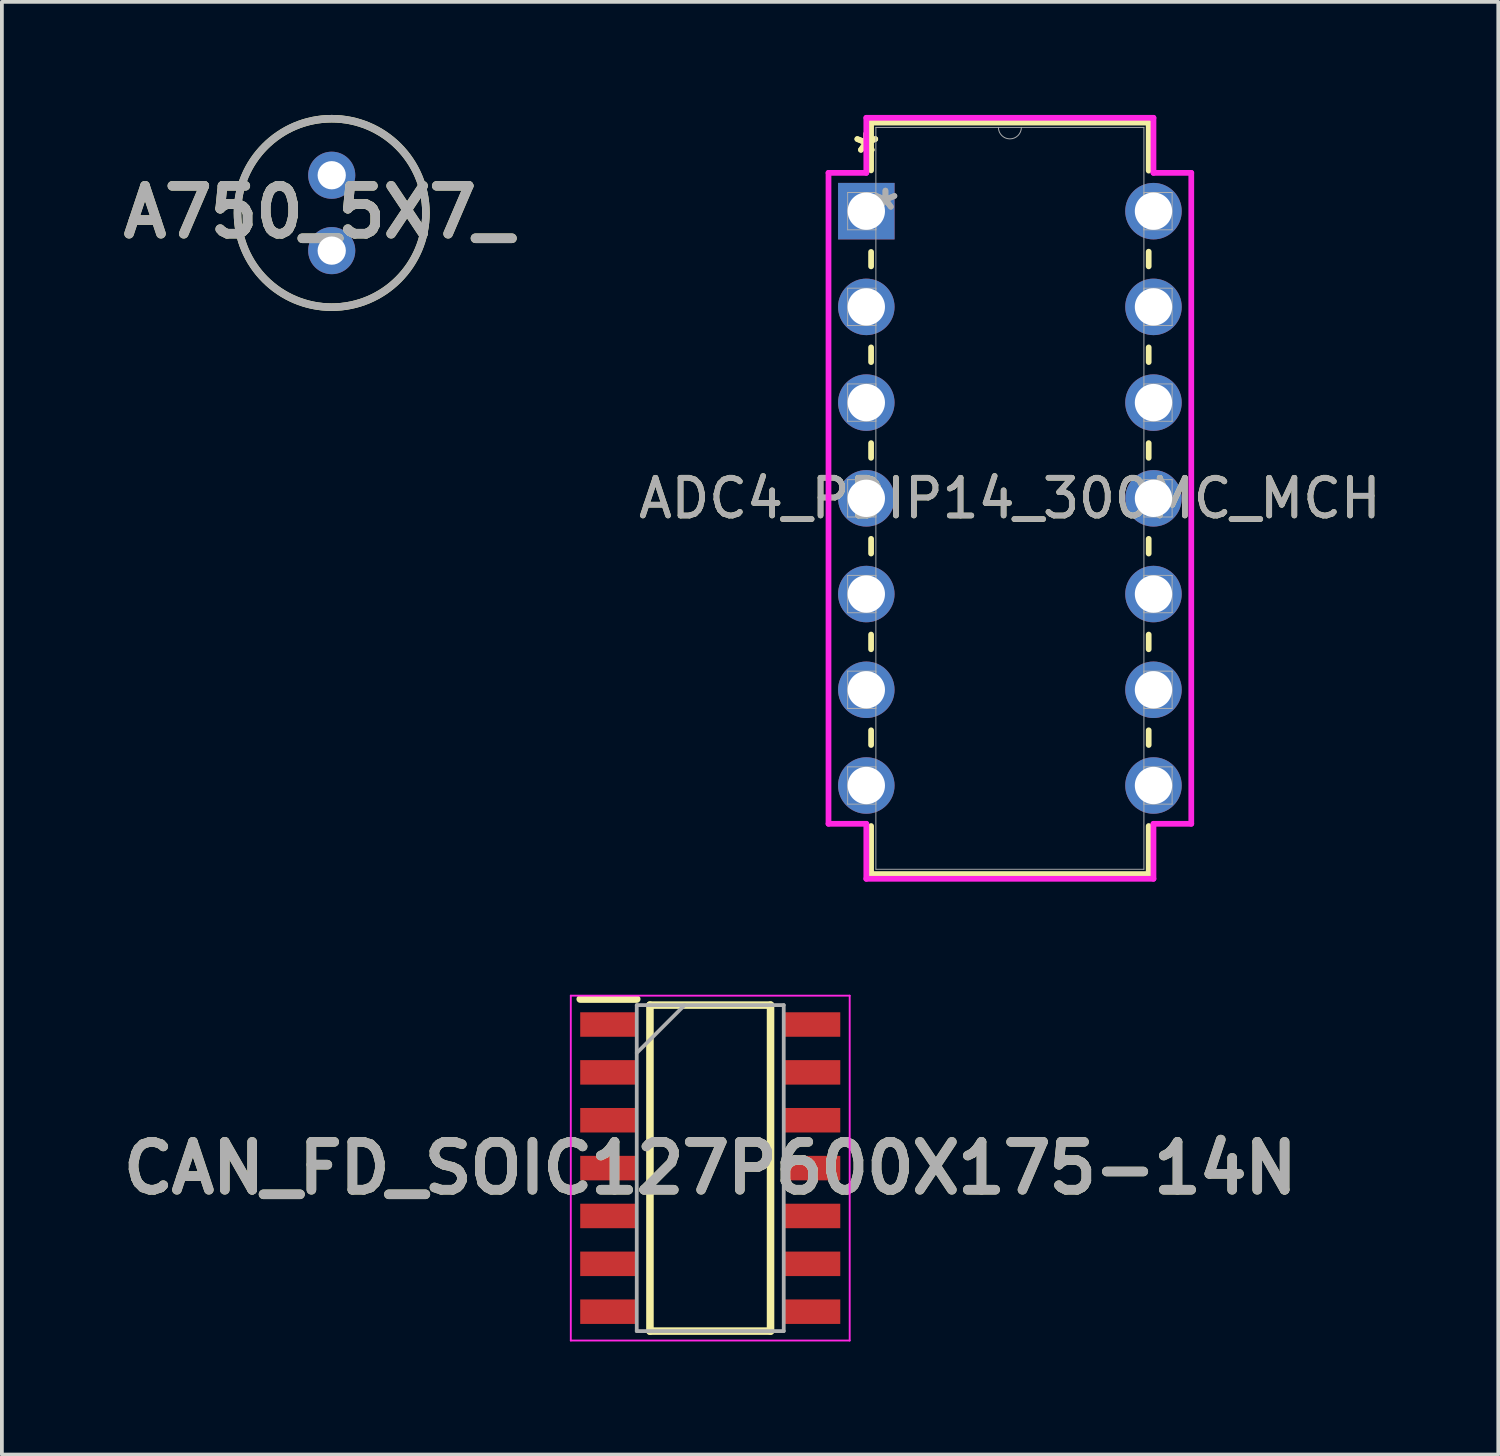
<source format=kicad_pcb>
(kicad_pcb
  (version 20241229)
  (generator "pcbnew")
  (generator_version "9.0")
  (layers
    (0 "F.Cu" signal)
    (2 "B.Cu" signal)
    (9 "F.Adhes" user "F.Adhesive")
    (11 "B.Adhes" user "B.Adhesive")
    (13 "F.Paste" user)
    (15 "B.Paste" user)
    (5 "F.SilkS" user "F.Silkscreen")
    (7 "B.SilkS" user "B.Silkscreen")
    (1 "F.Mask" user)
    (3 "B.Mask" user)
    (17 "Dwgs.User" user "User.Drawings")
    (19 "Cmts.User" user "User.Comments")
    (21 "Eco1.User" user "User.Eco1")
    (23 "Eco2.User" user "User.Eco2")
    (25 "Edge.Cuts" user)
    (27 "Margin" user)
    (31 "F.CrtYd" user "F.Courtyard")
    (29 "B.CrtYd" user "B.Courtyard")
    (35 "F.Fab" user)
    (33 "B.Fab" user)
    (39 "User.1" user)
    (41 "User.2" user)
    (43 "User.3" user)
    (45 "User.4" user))
  (footprint "ADC4_PDIP14_300MC_MCH"
    (layer "F.Cu")
    (at 19.937 2.553)
    (property "Reference" "ADC4_PDIP14_300MC_MCH" (at 3.81 7.62 0) (unlocked yes) (layer "F.SilkS") (effects (font (size 1 1) (thickness 0.15))))
    (attr through_hole)
    (fp_line (start 0.127 -2.349) (end 0.127 -1.082) (stroke (width 0.152) (type solid)) (layer "F.SilkS"))
    (fp_line (start 0.127 1.082) (end 0.127 1.465) (stroke (width 0.152) (type solid)) (layer "F.SilkS"))
    (fp_line (start 0.127 3.615) (end 0.127 4.005) (stroke (width 0.152) (type solid)) (layer "F.SilkS"))
    (fp_line (start 0.127 6.155) (end 0.127 6.545) (stroke (width 0.152) (type solid)) (layer "F.SilkS"))
    (fp_line (start 0.127 8.695) (end 0.127 9.085) (stroke (width 0.152) (type solid)) (layer "F.SilkS"))
    (fp_line (start 0.127 11.235) (end 0.127 11.625) (stroke (width 0.152) (type solid)) (layer "F.SilkS"))
    (fp_line (start 0.127 13.775) (end 0.127 14.165) (stroke (width 0.152) (type solid)) (layer "F.SilkS"))
    (fp_line (start 0.127 16.315) (end 0.127 17.59) (stroke (width 0.152) (type solid)) (layer "F.SilkS"))
    (fp_line (start 0.127 17.59) (end 7.493 17.59) (stroke (width 0.152) (type solid)) (layer "F.SilkS"))
    (fp_line (start 7.493 -2.349) (end 0.127 -2.349) (stroke (width 0.152) (type solid)) (layer "F.SilkS"))
    (fp_line (start 7.493 -1.075) (end 7.493 -2.349) (stroke (width 0.152) (type solid)) (layer "F.SilkS"))
    (fp_line (start 7.493 1.465) (end 7.493 1.075) (stroke (width 0.152) (type solid)) (layer "F.SilkS"))
    (fp_line (start 7.493 4.005) (end 7.493 3.615) (stroke (width 0.152) (type solid)) (layer "F.SilkS"))
    (fp_line (start 7.493 6.545) (end 7.493 6.155) (stroke (width 0.152) (type solid)) (layer "F.SilkS"))
    (fp_line (start 7.493 9.085) (end 7.493 8.695) (stroke (width 0.152) (type solid)) (layer "F.SilkS"))
    (fp_line (start 7.493 11.625) (end 7.493 11.235) (stroke (width 0.152) (type solid)) (layer "F.SilkS"))
    (fp_line (start 7.493 14.165) (end 7.493 13.775) (stroke (width 0.152) (type solid)) (layer "F.SilkS"))
    (fp_line (start 7.493 17.59) (end 7.493 16.315) (stroke (width 0.152) (type solid)) (layer "F.SilkS"))
    (fp_line (start -1.003 -1.016) (end 0 -1.016) (stroke (width 0.152) (type solid)) (layer "F.CrtYd"))
    (fp_line (start -1.003 16.256) (end -1.003 -1.016) (stroke (width 0.152) (type solid)) (layer "F.CrtYd"))
    (fp_line (start 0 -2.477) (end 7.62 -2.477) (stroke (width 0.152) (type solid)) (layer "F.CrtYd"))
    (fp_line (start 0 -1.016) (end 0 -2.477) (stroke (width 0.152) (type solid)) (layer "F.CrtYd"))
    (fp_line (start 0 16.256) (end -1.003 16.256) (stroke (width 0.152) (type solid)) (layer "F.CrtYd"))
    (fp_line (start 0 17.716) (end 0 16.256) (stroke (width 0.152) (type solid)) (layer "F.CrtYd"))
    (fp_line (start 7.62 -2.477) (end 7.62 -1.016) (stroke (width 0.152) (type solid)) (layer "F.CrtYd"))
    (fp_line (start 7.62 16.256) (end 7.62 17.716) (stroke (width 0.152) (type solid)) (layer "F.CrtYd"))
    (fp_line (start 7.62 17.716) (end 0 17.716) (stroke (width 0.152) (type solid)) (layer "F.CrtYd"))
    (fp_line (start 8.623 -1.016) (end 7.62 -1.016) (stroke (width 0.152) (type solid)) (layer "F.CrtYd"))
    (fp_line (start 8.623 -1.016) (end 8.623 16.256) (stroke (width 0.152) (type solid)) (layer "F.CrtYd"))
    (fp_line (start 8.623 16.256) (end 7.62 16.256) (stroke (width 0.152) (type solid)) (layer "F.CrtYd"))
    (fp_line (start -0.495 -0.495) (end -0.495 0.495) (stroke (width 0.025) (type solid)) (layer "F.Fab"))
    (fp_line (start -0.495 0.495) (end 0.254 0.495) (stroke (width 0.025) (type solid)) (layer "F.Fab"))
    (fp_line (start -0.495 2.045) (end -0.495 3.035) (stroke (width 0.025) (type solid)) (layer "F.Fab"))
    (fp_line (start -0.495 3.035) (end 0.254 3.035) (stroke (width 0.025) (type solid)) (layer "F.Fab"))
    (fp_line (start -0.495 4.585) (end -0.495 5.575) (stroke (width 0.025) (type solid)) (layer "F.Fab"))
    (fp_line (start -0.495 5.575) (end 0.254 5.575) (stroke (width 0.025) (type solid)) (layer "F.Fab"))
    (fp_line (start -0.495 7.125) (end -0.495 8.115) (stroke (width 0.025) (type solid)) (layer "F.Fab"))
    (fp_line (start -0.495 8.115) (end 0.254 8.115) (stroke (width 0.025) (type solid)) (layer "F.Fab"))
    (fp_line (start -0.495 9.665) (end -0.495 10.655) (stroke (width 0.025) (type solid)) (layer "F.Fab"))
    (fp_line (start -0.495 10.655) (end 0.254 10.655) (stroke (width 0.025) (type solid)) (layer "F.Fab"))
    (fp_line (start -0.495 12.205) (end -0.495 13.195) (stroke (width 0.025) (type solid)) (layer "F.Fab"))
    (fp_line (start -0.495 13.195) (end 0.254 13.195) (stroke (width 0.025) (type solid)) (layer "F.Fab"))
    (fp_line (start -0.495 14.745) (end -0.495 15.735) (stroke (width 0.025) (type solid)) (layer "F.Fab"))
    (fp_line (start -0.495 15.735) (end 0.254 15.735) (stroke (width 0.025) (type solid)) (layer "F.Fab"))
    (fp_line (start 0.254 -2.223) (end 0.254 17.462) (stroke (width 0.025) (type solid)) (layer "F.Fab"))
    (fp_line (start 0.254 -0.495) (end -0.495 -0.495) (stroke (width 0.025) (type solid)) (layer "F.Fab"))
    (fp_line (start 0.254 0.495) (end 0.254 -0.495) (stroke (width 0.025) (type solid)) (layer "F.Fab"))
    (fp_line (start 0.254 2.045) (end -0.495 2.045) (stroke (width 0.025) (type solid)) (layer "F.Fab"))
    (fp_line (start 0.254 3.035) (end 0.254 2.045) (stroke (width 0.025) (type solid)) (layer "F.Fab"))
    (fp_line (start 0.254 4.585) (end -0.495 4.585) (stroke (width 0.025) (type solid)) (layer "F.Fab"))
    (fp_line (start 0.254 5.575) (end 0.254 4.585) (stroke (width 0.025) (type solid)) (layer "F.Fab"))
    (fp_line (start 0.254 7.125) (end -0.495 7.125) (stroke (width 0.025) (type solid)) (layer "F.Fab"))
    (fp_line (start 0.254 8.115) (end 0.254 7.125) (stroke (width 0.025) (type solid)) (layer "F.Fab"))
    (fp_line (start 0.254 9.665) (end -0.495 9.665) (stroke (width 0.025) (type solid)) (layer "F.Fab"))
    (fp_line (start 0.254 10.655) (end 0.254 9.665) (stroke (width 0.025) (type solid)) (layer "F.Fab"))
    (fp_line (start 0.254 12.205) (end -0.495 12.205) (stroke (width 0.025) (type solid)) (layer "F.Fab"))
    (fp_line (start 0.254 13.195) (end 0.254 12.205) (stroke (width 0.025) (type solid)) (layer "F.Fab"))
    (fp_line (start 0.254 14.745) (end -0.495 14.745) (stroke (width 0.025) (type solid)) (layer "F.Fab"))
    (fp_line (start 0.254 15.735) (end 0.254 14.745) (stroke (width 0.025) (type solid)) (layer "F.Fab"))
    (fp_line (start 0.254 17.462) (end 7.366 17.462) (stroke (width 0.025) (type solid)) (layer "F.Fab"))
    (fp_line (start 7.366 -2.223) (end 0.254 -2.223) (stroke (width 0.025) (type solid)) (layer "F.Fab"))
    (fp_line (start 7.366 -0.495) (end 7.366 0.495) (stroke (width 0.025) (type solid)) (layer "F.Fab"))
    (fp_line (start 7.366 0.495) (end 8.115 0.495) (stroke (width 0.025) (type solid)) (layer "F.Fab"))
    (fp_line (start 7.366 2.045) (end 7.366 3.035) (stroke (width 0.025) (type solid)) (layer "F.Fab"))
    (fp_line (start 7.366 3.035) (end 8.115 3.035) (stroke (width 0.025) (type solid)) (layer "F.Fab"))
    (fp_line (start 7.366 4.585) (end 7.366 5.575) (stroke (width 0.025) (type solid)) (layer "F.Fab"))
    (fp_line (start 7.366 5.575) (end 8.115 5.575) (stroke (width 0.025) (type solid)) (layer "F.Fab"))
    (fp_line (start 7.366 7.125) (end 7.366 8.115) (stroke (width 0.025) (type solid)) (layer "F.Fab"))
    (fp_line (start 7.366 8.115) (end 8.115 8.115) (stroke (width 0.025) (type solid)) (layer "F.Fab"))
    (fp_line (start 7.366 9.665) (end 7.366 10.655) (stroke (width 0.025) (type solid)) (layer "F.Fab"))
    (fp_line (start 7.366 10.655) (end 8.115 10.655) (stroke (width 0.025) (type solid)) (layer "F.Fab"))
    (fp_line (start 7.366 12.205) (end 7.366 13.195) (stroke (width 0.025) (type solid)) (layer "F.Fab"))
    (fp_line (start 7.366 13.195) (end 8.115 13.195) (stroke (width 0.025) (type solid)) (layer "F.Fab"))
    (fp_line (start 7.366 14.745) (end 7.366 15.735) (stroke (width 0.025) (type solid)) (layer "F.Fab"))
    (fp_line (start 7.366 15.735) (end 8.115 15.735) (stroke (width 0.025) (type solid)) (layer "F.Fab"))
    (fp_line (start 7.366 17.462) (end 7.366 -2.223) (stroke (width 0.025) (type solid)) (layer "F.Fab"))
    (fp_line (start 8.115 -0.495) (end 7.366 -0.495) (stroke (width 0.025) (type solid)) (layer "F.Fab"))
    (fp_line (start 8.115 0.495) (end 8.115 -0.495) (stroke (width 0.025) (type solid)) (layer "F.Fab"))
    (fp_line (start 8.115 2.045) (end 7.366 2.045) (stroke (width 0.025) (type solid)) (layer "F.Fab"))
    (fp_line (start 8.115 3.035) (end 8.115 2.045) (stroke (width 0.025) (type solid)) (layer "F.Fab"))
    (fp_line (start 8.115 4.585) (end 7.366 4.585) (stroke (width 0.025) (type solid)) (layer "F.Fab"))
    (fp_line (start 8.115 5.575) (end 8.115 4.585) (stroke (width 0.025) (type solid)) (layer "F.Fab"))
    (fp_line (start 8.115 7.125) (end 7.366 7.125) (stroke (width 0.025) (type solid)) (layer "F.Fab"))
    (fp_line (start 8.115 8.115) (end 8.115 7.125) (stroke (width 0.025) (type solid)) (layer "F.Fab"))
    (fp_line (start 8.115 9.665) (end 7.366 9.665) (stroke (width 0.025) (type solid)) (layer "F.Fab"))
    (fp_line (start 8.115 10.655) (end 8.115 9.665) (stroke (width 0.025) (type solid)) (layer "F.Fab"))
    (fp_line (start 8.115 12.205) (end 7.366 12.205) (stroke (width 0.025) (type solid)) (layer "F.Fab"))
    (fp_line (start 8.115 13.195) (end 8.115 12.205) (stroke (width 0.025) (type solid)) (layer "F.Fab"))
    (fp_line (start 8.115 14.745) (end 7.366 14.745) (stroke (width 0.025) (type solid)) (layer "F.Fab"))
    (fp_line (start 8.115 15.735) (end 8.115 14.745) (stroke (width 0.025) (type solid)) (layer "F.Fab"))
    (fp_arc (start 4.1148 -2.2225) (mid 3.81 -1.9177) (end 3.5052 -2.2225) (stroke (width 0.0254) (type solid)) (layer "F.Fab"))
    (fp_text user "*" (at 0 -1.511 0) (unlocked yes) (layer "F.SilkS") (effects (font (size 1 1) (thickness 0.15))))
    (fp_text user "*" (at 0 -1.511 0) (layer "F.SilkS") (effects (font (size 1 1) (thickness 0.15))))
    (fp_text user "${REFERENCE}" (at 3.81 7.62 0) (unlocked yes) (layer "F.Fab") (effects (font (size 1 1) (thickness 0.15))))
    (fp_text user "*" (at 0.508 0 0) (layer "F.Fab") (effects (font (size 1 1) (thickness 0.15))))
    (fp_text user "*" (at 0.508 0 0) (unlocked yes) (layer "F.Fab") (effects (font (size 1 1) (thickness 0.15))))
    (pad "1" thru_hole rect (at 0 0) (size 1.499 1.499) (drill 0.991) (layers "*.Cu" "*.Mask"))
    (pad "2" thru_hole circle (at 0 2.54) (size 1.499 1.499) (drill 0.991) (layers "*.Cu" "*.Mask"))
    (pad "3" thru_hole circle (at 0 5.08) (size 1.499 1.499) (drill 0.991) (layers "*.Cu" "*.Mask"))
    (pad "4" thru_hole circle (at 0 7.62) (size 1.499 1.499) (drill 0.991) (layers "*.Cu" "*.Mask"))
    (pad "5" thru_hole circle (at 0 10.16) (size 1.499 1.499) (drill 0.991) (layers "*.Cu" "*.Mask"))
    (pad "6" thru_hole circle (at 0 12.7) (size 1.499 1.499) (drill 0.991) (layers "*.Cu" "*.Mask"))
    (pad "7" thru_hole circle (at 0 15.24) (size 1.499 1.499) (drill 0.991) (layers "*.Cu" "*.Mask"))
    (pad "8" thru_hole circle (at 7.62 15.24) (size 1.499 1.499) (drill 0.991) (layers "*.Cu" "*.Mask"))
    (pad "9" thru_hole circle (at 7.62 12.7) (size 1.499 1.499) (drill 0.991) (layers "*.Cu" "*.Mask"))
    (pad "10" thru_hole circle (at 7.62 10.16) (size 1.499 1.499) (drill 0.991) (layers "*.Cu" "*.Mask"))
    (pad "11" thru_hole circle (at 7.62 7.62) (size 1.499 1.499) (drill 0.991) (layers "*.Cu" "*.Mask"))
    (pad "12" thru_hole circle (at 7.62 5.08) (size 1.499 1.499) (drill 0.991) (layers "*.Cu" "*.Mask"))
    (pad "13" thru_hole circle (at 7.62 2.54) (size 1.499 1.499) (drill 0.991) (layers "*.Cu" "*.Mask"))
    (pad "14" thru_hole circle (at 7.62 0) (size 1.499 1.499) (drill 0.991) (layers "*.Cu" "*.Mask")))
  (footprint "CAN_FD_SOIC127P600X175-14N"
    (layer "F.Cu")
    (at 15.796 27.945)
    (property "Reference" "CAN_FD_SOIC127P600X175-14N" (at 0 0 0) (layer "F.SilkS") (effects (font (size 1.27 1.27) (thickness 0.254))))
    (attr smd)
    (fp_line (start -3.45 -4.485) (end -1.95 -4.485) (stroke (width 0.2) (type solid)) (layer "F.SilkS"))
    (fp_line (start -1.6 -4.325) (end 1.6 -4.325) (stroke (width 0.2) (type solid)) (layer "F.SilkS"))
    (fp_line (start -1.6 4.325) (end -1.6 -4.325) (stroke (width 0.2) (type solid)) (layer "F.SilkS"))
    (fp_line (start 1.6 -4.325) (end 1.6 4.325) (stroke (width 0.2) (type solid)) (layer "F.SilkS"))
    (fp_line (start 1.6 4.325) (end -1.6 4.325) (stroke (width 0.2) (type solid)) (layer "F.SilkS"))
    (fp_line (start -3.7 -4.575) (end 3.7 -4.575) (stroke (width 0.05) (type solid)) (layer "F.CrtYd"))
    (fp_line (start -3.7 4.575) (end -3.7 -4.575) (stroke (width 0.05) (type solid)) (layer "F.CrtYd"))
    (fp_line (start 3.7 -4.575) (end 3.7 4.575) (stroke (width 0.05) (type solid)) (layer "F.CrtYd"))
    (fp_line (start 3.7 4.575) (end -3.7 4.575) (stroke (width 0.05) (type solid)) (layer "F.CrtYd"))
    (fp_line (start -1.95 -4.325) (end 1.95 -4.325) (stroke (width 0.1) (type solid)) (layer "F.Fab"))
    (fp_line (start -1.95 -3.055) (end -0.68 -4.325) (stroke (width 0.1) (type solid)) (layer "F.Fab"))
    (fp_line (start -1.95 4.325) (end -1.95 -4.325) (stroke (width 0.1) (type solid)) (layer "F.Fab"))
    (fp_line (start 1.95 -4.325) (end 1.95 4.325) (stroke (width 0.1) (type solid)) (layer "F.Fab"))
    (fp_line (start 1.95 4.325) (end -1.95 4.325) (stroke (width 0.1) (type solid)) (layer "F.Fab"))
    (fp_text user "${REFERENCE}" (at 0 0 0) (layer "F.Fab") (effects (font (size 1.27 1.27) (thickness 0.254))))
    (pad "1" smd rect (at -2.7 -3.81 90) (size 0.65 1.5) (layers "F.Cu" "F.Mask" "F.Paste"))
    (pad "2" smd rect (at -2.7 -2.54 90) (size 0.65 1.5) (layers "F.Cu" "F.Mask" "F.Paste"))
    (pad "3" smd rect (at -2.7 -1.27 90) (size 0.65 1.5) (layers "F.Cu" "F.Mask" "F.Paste"))
    (pad "4" smd rect (at -2.7 0 90) (size 0.65 1.5) (layers "F.Cu" "F.Mask" "F.Paste"))
    (pad "5" smd rect (at -2.7 1.27 90) (size 0.65 1.5) (layers "F.Cu" "F.Mask" "F.Paste"))
    (pad "6" smd rect (at -2.7 2.54 90) (size 0.65 1.5) (layers "F.Cu" "F.Mask" "F.Paste"))
    (pad "7" smd rect (at -2.7 3.81 90) (size 0.65 1.5) (layers "F.Cu" "F.Mask" "F.Paste"))
    (pad "8" smd rect (at 2.7 3.81 90) (size 0.65 1.5) (layers "F.Cu" "F.Mask" "F.Paste"))
    (pad "9" smd rect (at 2.7 2.54 90) (size 0.65 1.5) (layers "F.Cu" "F.Mask" "F.Paste"))
    (pad "10" smd rect (at 2.7 1.27 90) (size 0.65 1.5) (layers "F.Cu" "F.Mask" "F.Paste"))
    (pad "11" smd rect (at 2.7 0 90) (size 0.65 1.5) (layers "F.Cu" "F.Mask" "F.Paste"))
    (pad "12" smd rect (at 2.7 -1.27 90) (size 0.65 1.5) (layers "F.Cu" "F.Mask" "F.Paste"))
    (pad "13" smd rect (at 2.7 -2.54 90) (size 0.65 1.5) (layers "F.Cu" "F.Mask" "F.Paste"))
    (pad "14" smd rect (at 2.7 -3.81 90) (size 0.65 1.5) (layers "F.Cu" "F.Mask" "F.Paste")))
  (footprint "A750_5X7_"
    (layer "F.Cu")
    (at 5.752 2.6)
    (property "Reference" "A750_5X7_" (at -0.358 -0.023 0) (layer "F.SilkS") (effects (font (size 1.27 1.27) (thickness 0.254))))
    (attr through_hole)
    (fp_circle (center 0 0) (end 0 2.5) (stroke (width 0.2) (type solid)) (fill no) (layer "F.SilkS"))
    (fp_circle (center 0 0) (end 0 2.5) (stroke (width 0.2) (type solid)) (fill no) (layer "F.Fab"))
    (fp_text user "${REFERENCE}" (at -0.358 -0.023 0) (layer "F.Fab") (effects (font (size 1.27 1.27) (thickness 0.254))))
    (pad "1" thru_hole circle (at 0 1) (size 1.25 1.25) (drill 0.75) (layers "*.Cu" "*.Mask"))
    (pad "2" thru_hole circle (at 0 -1) (size 1.25 1.25) (drill 0.75) (layers "*.Cu" "*.Mask")))
  (gr_rect
    (start -3 -3)
    (end 36.706 35.545)
    (stroke (width 0.1) (type default))
    (fill no)
    (layer "Edge.Cuts")))
</source>
